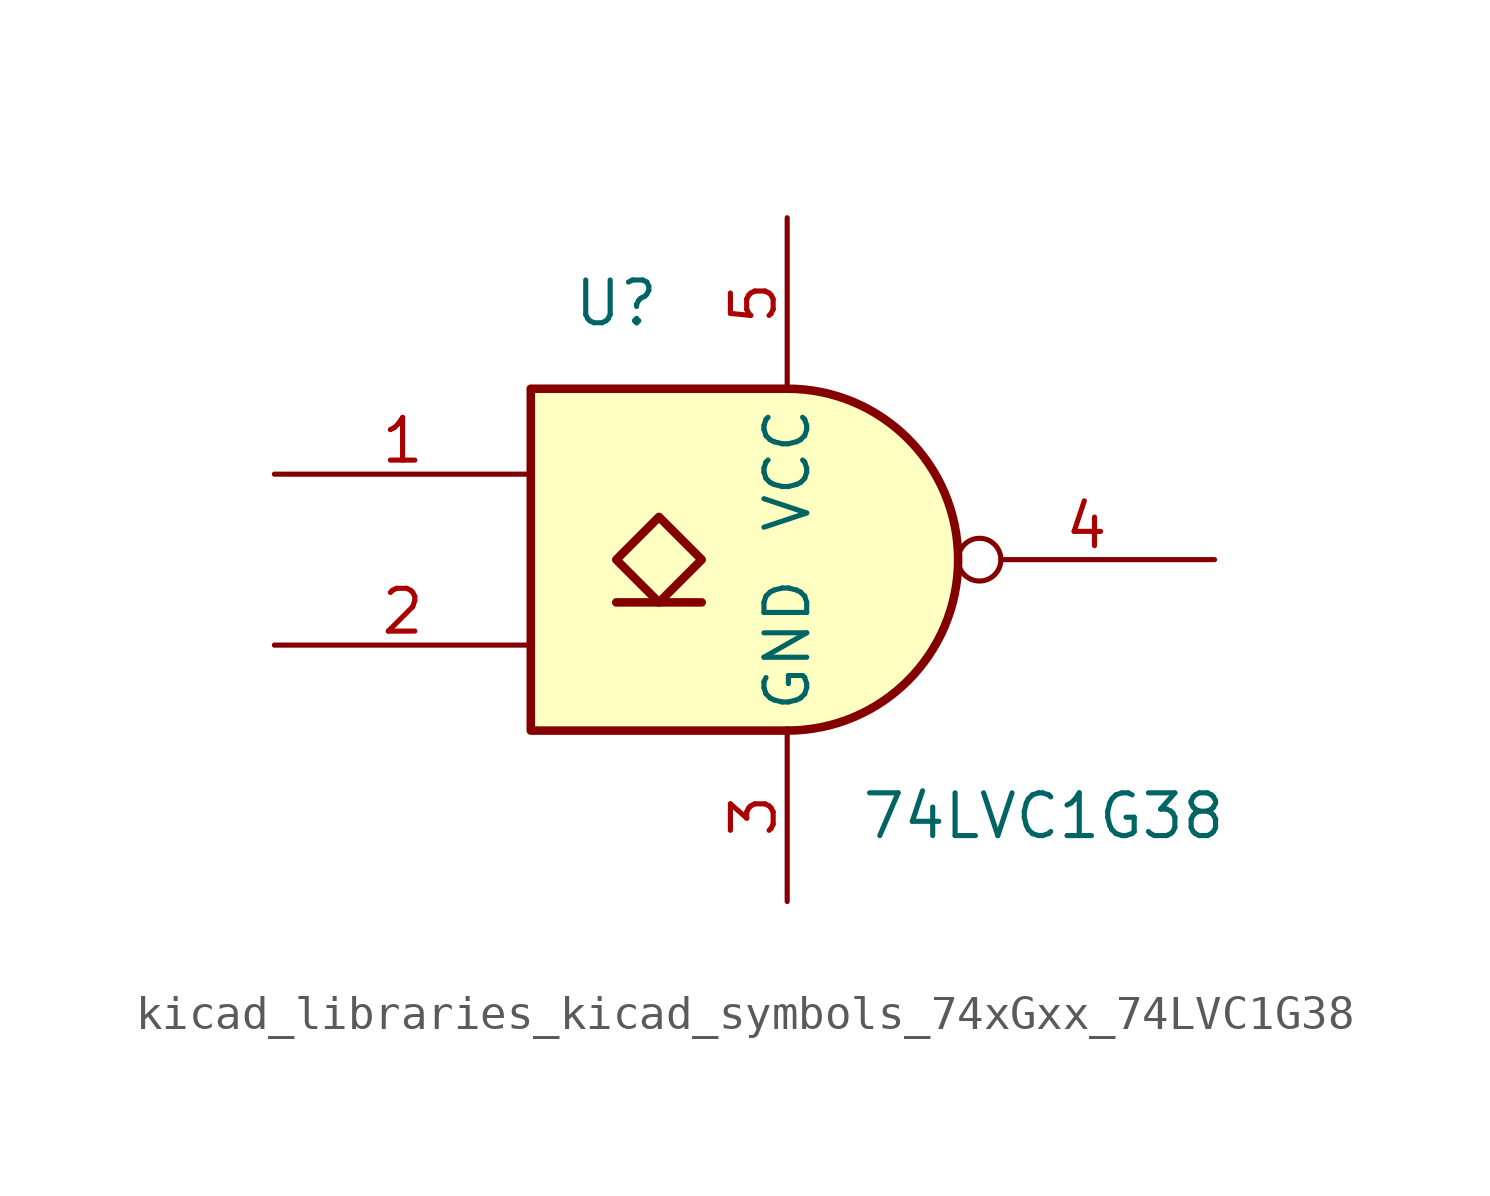
<source format=kicad_sym>
(kicad_symbol_lib
  (version 20220914)
  (generator kicad_symbol_editor)
  (symbol "kicad_libraries_kicad_symbols_74xGxx_74LVC1G38"
    (property "Reference" "U"
      (at -5.08 7.62 0)
      (effects (font (size 1.27 1.27))))
    (property "Value" "74LVC1G38"
      (at 7.62 -7.62 0)
      (effects (font (size 1.27 1.27))))
    (symbol "kicad_libraries_kicad_symbols_74xGxx_74LVC1G38_0_1"
      (arc (start 0 -5.08) (mid 5.0579 0) (end 0 5.08) (stroke (width 0.254) (type default)) (fill (type background)))
      (polyline (pts (xy -5.08 -1.27) (xy -2.54 -1.27)) (stroke (width 0.254) (type default)) (fill (type background)))
      (polyline (pts (xy 0 -5.08) (xy -7.62 -5.08) (xy -7.62 5.08) (xy 0 5.08)) (stroke (width 0.254) (type default)) (fill (type background)))
      (polyline (pts (xy -3.81 1.27) (xy -5.08 0) (xy -3.81 -1.27) (xy -2.54 0) (xy -3.81 1.27)) (stroke (width 0.254) (type default)) (fill (type background))))
    (symbol "kicad_libraries_kicad_symbols_74xGxx_74LVC1G38_1_1"
      (pin input line (at -15.24 2.54 0) (length 7.62) (name "~" (effects (font (size 1.27 1.27)))) (number "1" (effects (font (size 1.27 1.27)))))
      (pin input line (at -15.24 -2.54 0) (length 7.62) (name "~" (effects (font (size 1.27 1.27)))) (number "2" (effects (font (size 1.27 1.27)))))
      (pin power_in line (at 0 -10.16 90) (length 5.08) (name "GND" (effects (font (size 1.27 1.27)))) (number "3" (effects (font (size 1.27 1.27)))))
      (pin output inverted (at 12.7 0 180) (length 7.62) (name "~" (effects (font (size 1.27 1.27)))) (number "4" (effects (font (size 1.27 1.27)))))
      (pin power_in line (at 0 10.16 270) (length 5.08) (name "VCC" (effects (font (size 1.27 1.27)))) (number "5" (effects (font (size 1.27 1.27))))))))
</source>
